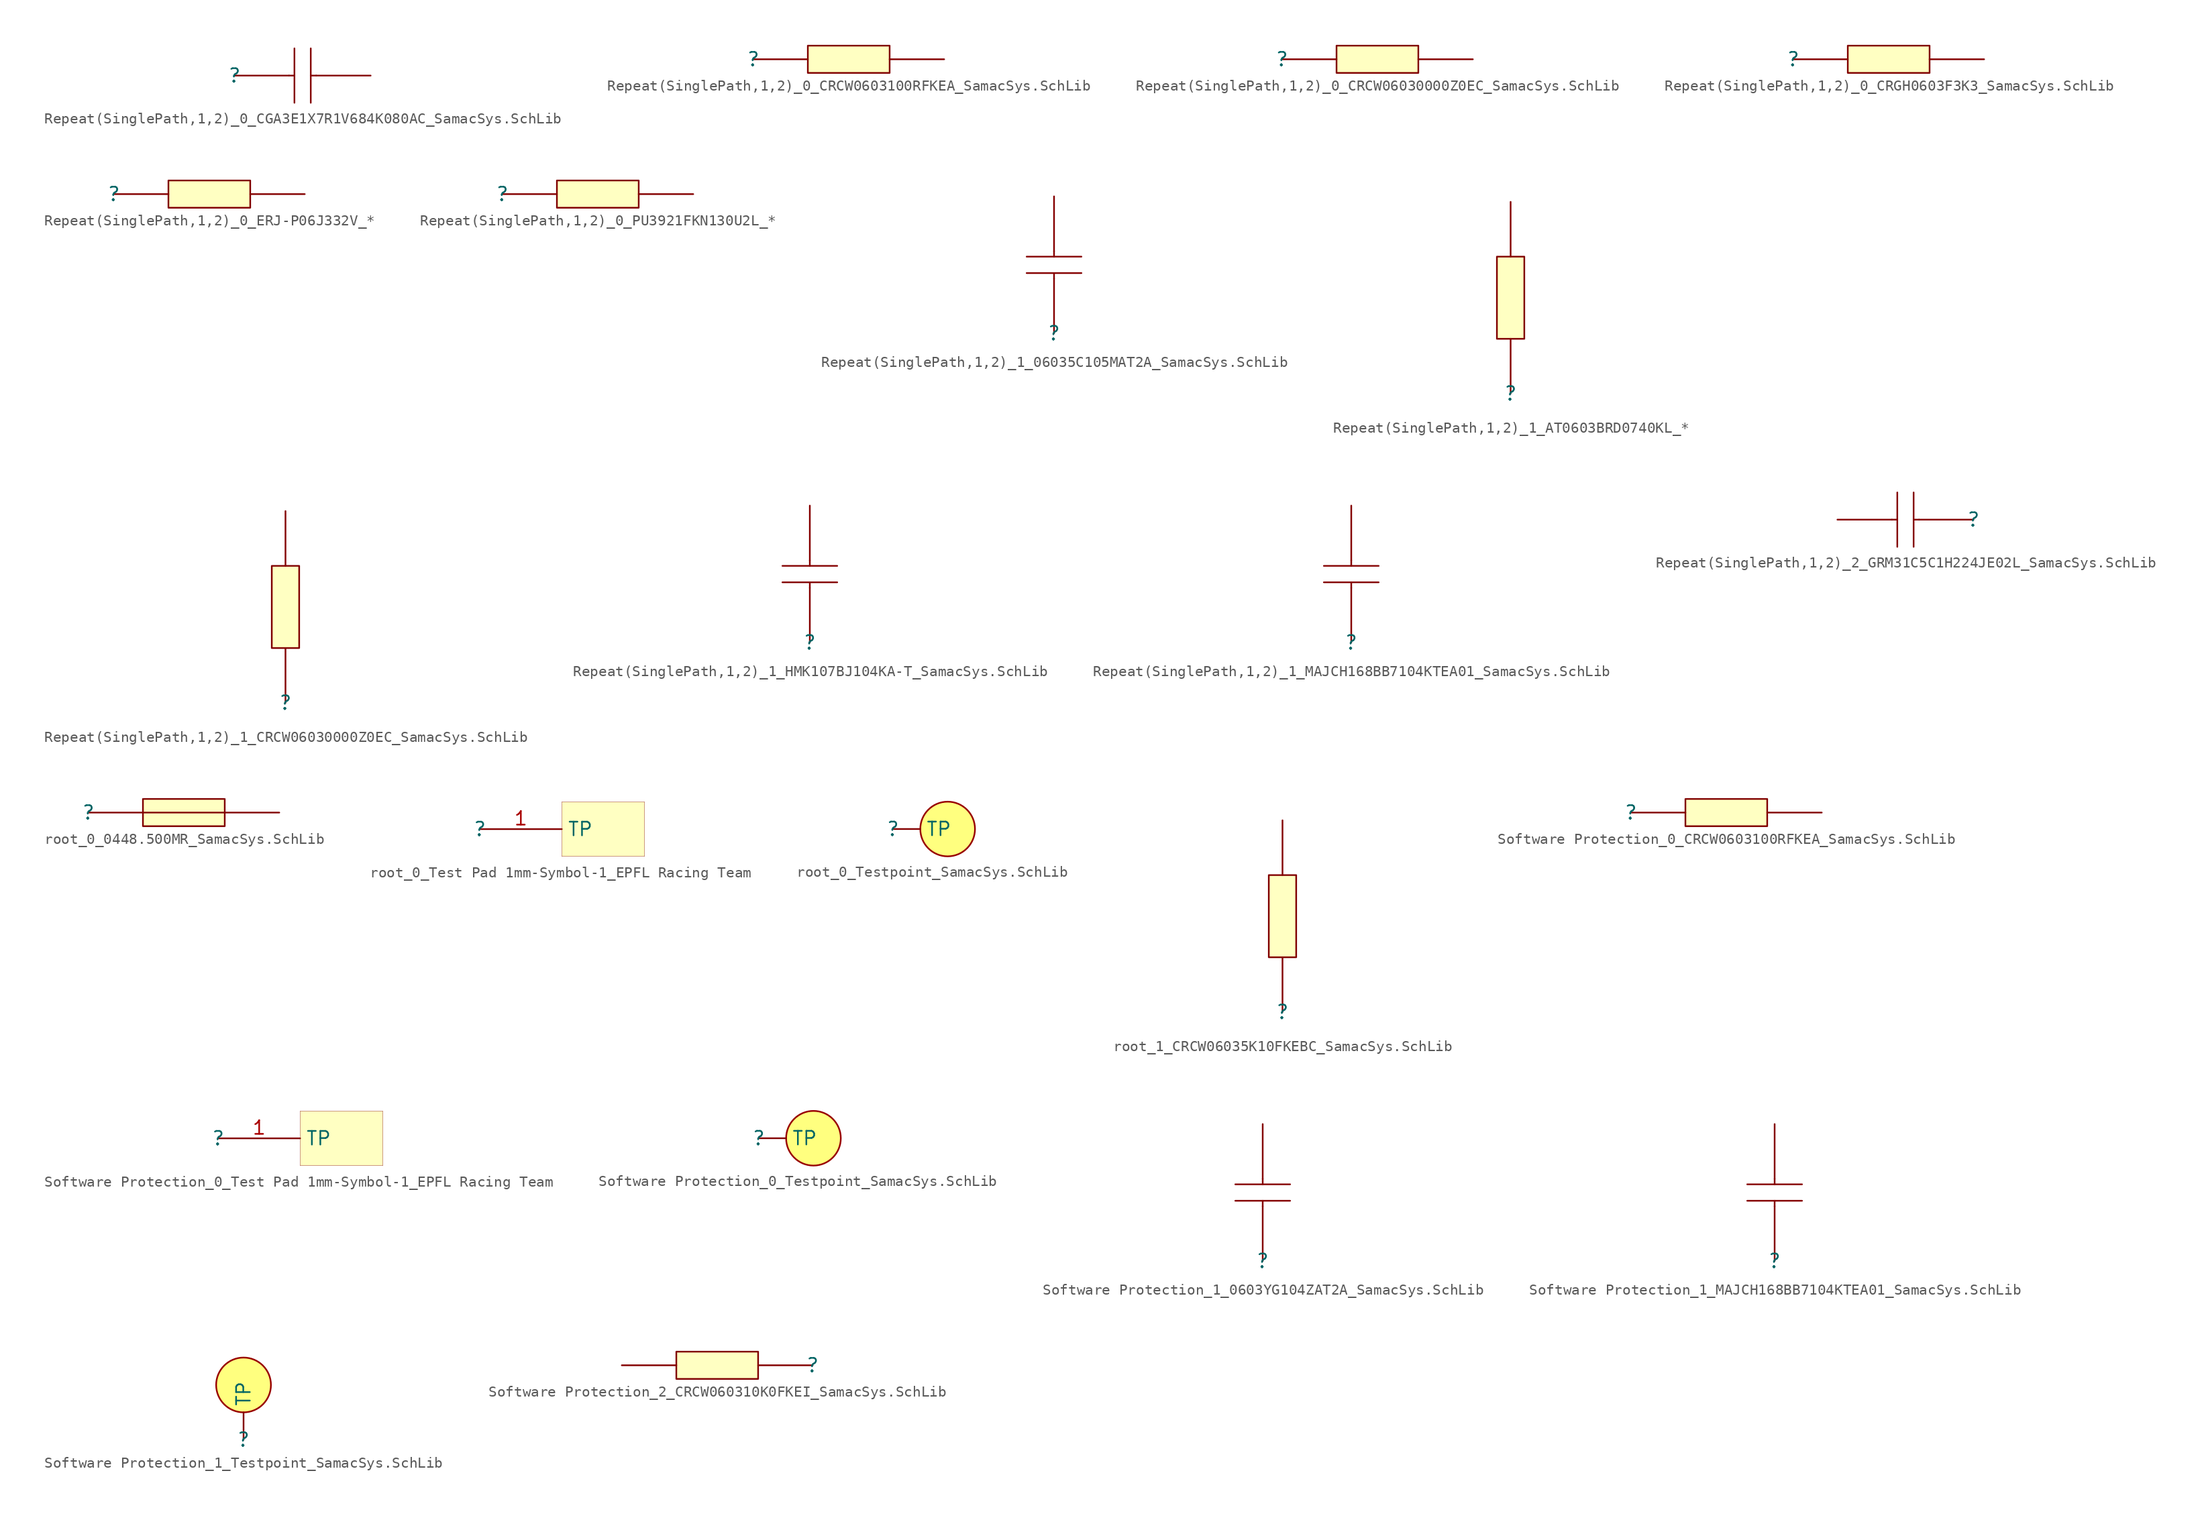
<source format=kicad_sym>
(kicad_symbol_lib
  (version 20241209)
  (generator "kicad_symbol_editor")
  (generator_version "9.0")
  (symbol "Repeat(SinglePath,1,2)_0_CGA3E1X7R1V684K080AC_SamacSys.SchLib"
    (pin_numbers
      (hide yes))
    (pin_names
      (hide yes))
    (property "Reference" ""
      (at 0 0 0)
      (effects (font (size 1.27 1.27))))
    (property "Value" ""
      (at 0 0 0)
      (effects (font (size 1.27 1.27))))
    (symbol "Repeat(SinglePath,1,2)_0_CGA3E1X7R1V684K080AC_SamacSys.SchLib_1_0"
      (polyline (pts (xy 5.08 0) (xy 5.588 0)) (stroke (width 0) (type solid)) (fill (type none)))
      (polyline (pts (xy 5.588 2.54) (xy 5.588 -2.54)) (stroke (width 0) (type solid)) (fill (type none)))
      (polyline (pts (xy 7.112 2.54) (xy 7.112 -2.54)) (stroke (width 0) (type solid)) (fill (type none)))
      (polyline (pts (xy 7.112 0) (xy 7.62 0)) (stroke (width 0) (type solid)) (fill (type none)))
      (pin passive line (at 0 0 0) (length 5.08) (name "1" (effects (font (size 1.27 1.27)))) (number "1" (effects (font (size 1.27 1.27)))))
      (pin passive line (at 12.7 0 180) (length 5.08) (name "2" (effects (font (size 1.27 1.27)))) (number "2" (effects (font (size 1.27 1.27)))))))
  (symbol "Repeat(SinglePath,1,2)_0_CRCW0603100RFKEA_SamacSys.SchLib"
    (pin_numbers
      (hide yes))
    (pin_names
      (hide yes))
    (property "Reference" ""
      (at 0 0 0)
      (effects (font (size 1.27 1.27))))
    (property "Value" ""
      (at 0 0 0)
      (effects (font (size 1.27 1.27))))
    (symbol "Repeat(SinglePath,1,2)_0_CRCW0603100RFKEA_SamacSys.SchLib_1_0"
      (rectangle (start 12.7 1.27) (end 5.08 -1.27) (stroke (width 0) (type solid) (color 128 0 0 1)) (fill (type background)))
      (pin passive line (at 0 0 0) (length 5.08) (name "1" (effects (font (size 1.27 1.27)))) (number "1" (effects (font (size 1.27 1.27)))))
      (pin passive line (at 17.78 0 180) (length 5.08) (name "2" (effects (font (size 1.27 1.27)))) (number "2" (effects (font (size 1.27 1.27)))))))
  (symbol "Repeat(SinglePath,1,2)_0_CRCW06030000Z0EC_SamacSys.SchLib"
    (pin_numbers
      (hide yes))
    (pin_names
      (hide yes))
    (property "Reference" ""
      (at 0 0 0)
      (effects (font (size 1.27 1.27))))
    (property "Value" ""
      (at 0 0 0)
      (effects (font (size 1.27 1.27))))
    (symbol "Repeat(SinglePath,1,2)_0_CRCW06030000Z0EC_SamacSys.SchLib_1_0"
      (rectangle (start 12.7 1.27) (end 5.08 -1.27) (stroke (width 0) (type solid) (color 128 0 0 1)) (fill (type background)))
      (pin passive line (at 0 0 0) (length 5.08) (name "1" (effects (font (size 1.27 1.27)))) (number "1" (effects (font (size 1.27 1.27)))))
      (pin passive line (at 17.78 0 180) (length 5.08) (name "2" (effects (font (size 1.27 1.27)))) (number "2" (effects (font (size 1.27 1.27)))))))
  (symbol "Repeat(SinglePath,1,2)_0_CRGH0603F3K3_SamacSys.SchLib"
    (pin_numbers
      (hide yes))
    (pin_names
      (hide yes))
    (property "Reference" ""
      (at 0 0 0)
      (effects (font (size 1.27 1.27))))
    (property "Value" ""
      (at 0 0 0)
      (effects (font (size 1.27 1.27))))
    (symbol "Repeat(SinglePath,1,2)_0_CRGH0603F3K3_SamacSys.SchLib_1_0"
      (rectangle (start 12.7 1.27) (end 5.08 -1.27) (stroke (width 0) (type solid) (color 128 0 0 1)) (fill (type background)))
      (pin passive line (at 0 0 0) (length 5.08) (name "1" (effects (font (size 1.27 1.27)))) (number "1" (effects (font (size 1.27 1.27)))))
      (pin passive line (at 17.78 0 180) (length 5.08) (name "2" (effects (font (size 1.27 1.27)))) (number "2" (effects (font (size 1.27 1.27)))))))
  (symbol "Repeat(SinglePath,1,2)_0_ERJ-P06J332V_*"
    (pin_numbers
      (hide yes))
    (pin_names
      (hide yes))
    (property "Reference" ""
      (at 0 0 0)
      (effects (font (size 1.27 1.27))))
    (property "Value" ""
      (at 0 0 0)
      (effects (font (size 1.27 1.27))))
    (symbol "Repeat(SinglePath,1,2)_0_ERJ-P06J332V_*_1_0"
      (rectangle (start 12.7 1.27) (end 5.08 -1.27) (stroke (width 0) (type solid) (color 128 0 0 1)) (fill (type background)))
      (pin passive line (at 0 0 0) (length 5.08) (name "1" (effects (font (size 1.27 1.27)))) (number "1" (effects (font (size 1.27 1.27)))))
      (pin passive line (at 17.78 0 180) (length 5.08) (name "2" (effects (font (size 1.27 1.27)))) (number "2" (effects (font (size 1.27 1.27)))))))
  (symbol "Repeat(SinglePath,1,2)_0_PU3921FKN130U2L_*"
    (pin_numbers
      (hide yes))
    (pin_names
      (hide yes))
    (property "Reference" ""
      (at 0 0 0)
      (effects (font (size 1.27 1.27))))
    (property "Value" ""
      (at 0 0 0)
      (effects (font (size 1.27 1.27))))
    (symbol "Repeat(SinglePath,1,2)_0_PU3921FKN130U2L_*_1_0"
      (rectangle (start 12.7 1.27) (end 5.08 -1.27) (stroke (width 0) (type solid) (color 128 0 0 1)) (fill (type background)))
      (pin passive line (at 0 0 0) (length 5.08) (name "1" (effects (font (size 1.27 1.27)))) (number "1" (effects (font (size 1.27 1.27)))))
      (pin passive line (at 17.78 0 180) (length 5.08) (name "2" (effects (font (size 1.27 1.27)))) (number "2" (effects (font (size 1.27 1.27)))))))
  (symbol "Repeat(SinglePath,1,2)_1_06035C105MAT2A_SamacSys.SchLib"
    (pin_numbers
      (hide yes))
    (pin_names
      (hide yes))
    (property "Reference" ""
      (at 0 0 0)
      (effects (font (size 1.27 1.27))))
    (property "Value" ""
      (at 0 0 0)
      (effects (font (size 1.27 1.27))))
    (symbol "Repeat(SinglePath,1,2)_1_06035C105MAT2A_SamacSys.SchLib_1_0"
      (polyline (pts (xy -2.54 7.112) (xy 2.54 7.112)) (stroke (width 0) (type solid)) (fill (type none)))
      (polyline (pts (xy -2.54 5.588) (xy 2.54 5.588)) (stroke (width 0) (type solid)) (fill (type none)))
      (polyline (pts (xy 0 7.112) (xy 0 7.62)) (stroke (width 0) (type solid)) (fill (type none)))
      (polyline (pts (xy 0 5.08) (xy 0 5.588)) (stroke (width 0) (type solid)) (fill (type none)))
      (pin passive line (at 0 12.7 270) (length 5.08) (name "2" (effects (font (size 1.27 1.27)))) (number "2" (effects (font (size 1.27 1.27)))))
      (pin passive line (at 0 0 90) (length 5.08) (name "1" (effects (font (size 1.27 1.27)))) (number "1" (effects (font (size 1.27 1.27)))))))
  (symbol "Repeat(SinglePath,1,2)_1_AT0603BRD0740KL_*"
    (pin_numbers
      (hide yes))
    (pin_names
      (hide yes))
    (property "Reference" ""
      (at 0 0 0)
      (effects (font (size 1.27 1.27))))
    (property "Value" ""
      (at 0 0 0)
      (effects (font (size 1.27 1.27))))
    (symbol "Repeat(SinglePath,1,2)_1_AT0603BRD0740KL_*_1_0"
      (rectangle (start 1.27 12.7) (end -1.27 5.08) (stroke (width 0) (type solid) (color 128 0 0 1)) (fill (type background)))
      (pin passive line (at 0 17.78 270) (length 5.08) (name "2" (effects (font (size 1.27 1.27)))) (number "2" (effects (font (size 1.27 1.27)))))
      (pin passive line (at 0 0 90) (length 5.08) (name "1" (effects (font (size 1.27 1.27)))) (number "1" (effects (font (size 1.27 1.27)))))))
  (symbol "Repeat(SinglePath,1,2)_1_CRCW06030000Z0EC_SamacSys.SchLib"
    (pin_numbers
      (hide yes))
    (pin_names
      (hide yes))
    (property "Reference" ""
      (at 0 0 0)
      (effects (font (size 1.27 1.27))))
    (property "Value" ""
      (at 0 0 0)
      (effects (font (size 1.27 1.27))))
    (symbol "Repeat(SinglePath,1,2)_1_CRCW06030000Z0EC_SamacSys.SchLib_1_0"
      (rectangle (start 1.27 12.7) (end -1.27 5.08) (stroke (width 0) (type solid) (color 128 0 0 1)) (fill (type background)))
      (pin passive line (at 0 17.78 270) (length 5.08) (name "2" (effects (font (size 1.27 1.27)))) (number "2" (effects (font (size 1.27 1.27)))))
      (pin passive line (at 0 0 90) (length 5.08) (name "1" (effects (font (size 1.27 1.27)))) (number "1" (effects (font (size 1.27 1.27)))))))
  (symbol "Repeat(SinglePath,1,2)_1_HMK107BJ104KA-T_SamacSys.SchLib"
    (pin_numbers
      (hide yes))
    (pin_names
      (hide yes))
    (property "Reference" ""
      (at 0 0 0)
      (effects (font (size 1.27 1.27))))
    (property "Value" ""
      (at 0 0 0)
      (effects (font (size 1.27 1.27))))
    (symbol "Repeat(SinglePath,1,2)_1_HMK107BJ104KA-T_SamacSys.SchLib_1_0"
      (polyline (pts (xy -2.54 7.112) (xy 2.54 7.112)) (stroke (width 0) (type solid)) (fill (type none)))
      (polyline (pts (xy -2.54 5.588) (xy 2.54 5.588)) (stroke (width 0) (type solid)) (fill (type none)))
      (polyline (pts (xy 0 7.112) (xy 0 7.62)) (stroke (width 0) (type solid)) (fill (type none)))
      (polyline (pts (xy 0 5.08) (xy 0 5.588)) (stroke (width 0) (type solid)) (fill (type none)))
      (pin passive line (at 0 12.7 270) (length 5.08) (name "2" (effects (font (size 1.27 1.27)))) (number "2" (effects (font (size 1.27 1.27)))))
      (pin passive line (at 0 0 90) (length 5.08) (name "1" (effects (font (size 1.27 1.27)))) (number "1" (effects (font (size 1.27 1.27)))))))
  (symbol "Repeat(SinglePath,1,2)_1_MAJCH168BB7104KTEA01_SamacSys.SchLib"
    (pin_numbers
      (hide yes))
    (pin_names
      (hide yes))
    (property "Reference" ""
      (at 0 0 0)
      (effects (font (size 1.27 1.27))))
    (property "Value" ""
      (at 0 0 0)
      (effects (font (size 1.27 1.27))))
    (symbol "Repeat(SinglePath,1,2)_1_MAJCH168BB7104KTEA01_SamacSys.SchLib_1_0"
      (polyline (pts (xy -2.54 7.112) (xy 2.54 7.112)) (stroke (width 0) (type solid)) (fill (type none)))
      (polyline (pts (xy -2.54 5.588) (xy 2.54 5.588)) (stroke (width 0) (type solid)) (fill (type none)))
      (polyline (pts (xy 0 7.112) (xy 0 7.62)) (stroke (width 0) (type solid)) (fill (type none)))
      (polyline (pts (xy 0 5.08) (xy 0 5.588)) (stroke (width 0) (type solid)) (fill (type none)))
      (pin passive line (at 0 12.7 270) (length 5.08) (name "2" (effects (font (size 1.27 1.27)))) (number "2" (effects (font (size 1.27 1.27)))))
      (pin passive line (at 0 0 90) (length 5.08) (name "1" (effects (font (size 1.27 1.27)))) (number "1" (effects (font (size 1.27 1.27)))))))
  (symbol "Repeat(SinglePath,1,2)_2_GRM31C5C1H224JE02L_SamacSys.SchLib"
    (pin_numbers
      (hide yes))
    (pin_names
      (hide yes))
    (property "Reference" ""
      (at 0 0 0)
      (effects (font (size 1.27 1.27))))
    (property "Value" ""
      (at 0 0 0)
      (effects (font (size 1.27 1.27))))
    (symbol "Repeat(SinglePath,1,2)_2_GRM31C5C1H224JE02L_SamacSys.SchLib_1_0"
      (polyline (pts (xy -7.112 0) (xy -7.62 0)) (stroke (width 0) (type solid)) (fill (type none)))
      (polyline (pts (xy -7.112 -2.54) (xy -7.112 2.54)) (stroke (width 0) (type solid)) (fill (type none)))
      (polyline (pts (xy -5.588 -2.54) (xy -5.588 2.54)) (stroke (width 0) (type solid)) (fill (type none)))
      (polyline (pts (xy -5.08 0) (xy -5.588 0)) (stroke (width 0) (type solid)) (fill (type none)))
      (pin passive line (at -12.7 0 0) (length 5.08) (name "2" (effects (font (size 1.27 1.27)))) (number "2" (effects (font (size 1.27 1.27)))))
      (pin passive line (at 0 0 180) (length 5.08) (name "1" (effects (font (size 1.27 1.27)))) (number "1" (effects (font (size 1.27 1.27)))))))
  (symbol "root_0_0448.500MR_SamacSys.SchLib"
    (pin_numbers
      (hide yes))
    (pin_names
      (hide yes))
    (property "Reference" ""
      (at 0 0 0)
      (effects (font (size 1.27 1.27))))
    (property "Value" ""
      (at 0 0 0)
      (effects (font (size 1.27 1.27))))
    (symbol "root_0_0448.500MR_SamacSys.SchLib_1_0"
      (polyline (pts (xy 5.08 0) (xy 12.7 0)) (stroke (width 0) (type solid)) (fill (type none)))
      (rectangle (start 12.7 1.27) (end 5.08 -1.27) (stroke (width 0) (type solid) (color 128 0 0 1)) (fill (type background)))
      (pin passive line (at 0 0 0) (length 5.08) (name "1" (effects (font (size 1.27 1.27)))) (number "1" (effects (font (size 1.27 1.27)))))
      (pin passive line (at 17.78 0 180) (length 5.08) (name "2" (effects (font (size 1.27 1.27)))) (number "2" (effects (font (size 1.27 1.27)))))))
  (symbol "root_0_Test Pad 1mm-Symbol-1_EPFL Racing Team"
    (property "Reference" ""
      (at 0 0 0)
      (effects (font (size 1.27 1.27))))
    (property "Value" ""
      (at 0 0 0)
      (effects (font (size 1.27 1.27))))
    (symbol "root_0_Test Pad 1mm-Symbol-1_EPFL Racing Team_1_0"
      (rectangle (start 15.316 2.54) (end 7.62 -2.54) (stroke (width 0.025) (type solid) (color 128 0 0 1)) (fill (type background)))
      (pin passive line (at 0 0 0) (length 7.62) (name "TP" (effects (font (size 1.27 1.27)))) (number "1" (effects (font (size 1.27 1.27)))))))
  (symbol "root_0_Testpoint_SamacSys.SchLib"
    (pin_numbers
      (hide yes))
    (property "Reference" ""
      (at 0 0 0)
      (effects (font (size 1.27 1.27))))
    (property "Value" ""
      (at 0 0 0)
      (effects (font (size 1.27 1.27))))
    (symbol "root_0_Testpoint_SamacSys.SchLib_1_0"
      (circle (center 5.08 0) (radius 2.54) (stroke (width 0) (type solid) (color 152 0 0 1)) (fill (type color) (color 255 255 0 0.5)))
      (pin passive line (at 0 0 0) (length 2.54) (name "TP" (effects (font (size 1.27 1.27)))) (number "1" (effects (font (size 1.27 1.27)))))))
  (symbol "root_1_CRCW06035K10FKEBC_SamacSys.SchLib"
    (pin_numbers
      (hide yes))
    (pin_names
      (hide yes))
    (property "Reference" ""
      (at 0 0 0)
      (effects (font (size 1.27 1.27))))
    (property "Value" ""
      (at 0 0 0)
      (effects (font (size 1.27 1.27))))
    (symbol "root_1_CRCW06035K10FKEBC_SamacSys.SchLib_1_0"
      (rectangle (start 1.27 12.7) (end -1.27 5.08) (stroke (width 0) (type solid) (color 128 0 0 1)) (fill (type background)))
      (pin passive line (at 0 17.78 270) (length 5.08) (name "2" (effects (font (size 1.27 1.27)))) (number "2" (effects (font (size 1.27 1.27)))))
      (pin passive line (at 0 0 90) (length 5.08) (name "1" (effects (font (size 1.27 1.27)))) (number "1" (effects (font (size 1.27 1.27)))))))
  (symbol "Software Protection_0_CRCW0603100RFKEA_SamacSys.SchLib"
    (pin_numbers
      (hide yes))
    (pin_names
      (hide yes))
    (property "Reference" ""
      (at 0 0 0)
      (effects (font (size 1.27 1.27))))
    (property "Value" ""
      (at 0 0 0)
      (effects (font (size 1.27 1.27))))
    (symbol "Software Protection_0_CRCW0603100RFKEA_SamacSys.SchLib_1_0"
      (rectangle (start 12.7 1.27) (end 5.08 -1.27) (stroke (width 0) (type solid) (color 128 0 0 1)) (fill (type background)))
      (pin passive line (at 0 0 0) (length 5.08) (name "1" (effects (font (size 1.27 1.27)))) (number "1" (effects (font (size 1.27 1.27)))))
      (pin passive line (at 17.78 0 180) (length 5.08) (name "2" (effects (font (size 1.27 1.27)))) (number "2" (effects (font (size 1.27 1.27)))))))
  (symbol "Software Protection_0_Test Pad 1mm-Symbol-1_EPFL Racing Team"
    (property "Reference" ""
      (at 0 0 0)
      (effects (font (size 1.27 1.27))))
    (property "Value" ""
      (at 0 0 0)
      (effects (font (size 1.27 1.27))))
    (symbol "Software Protection_0_Test Pad 1mm-Symbol-1_EPFL Racing Team_1_0"
      (rectangle (start 15.316 2.54) (end 7.62 -2.54) (stroke (width 0.025) (type solid) (color 128 0 0 1)) (fill (type background)))
      (pin passive line (at 0 0 0) (length 7.62) (name "TP" (effects (font (size 1.27 1.27)))) (number "1" (effects (font (size 1.27 1.27)))))))
  (symbol "Software Protection_0_Testpoint_SamacSys.SchLib"
    (pin_numbers
      (hide yes))
    (property "Reference" ""
      (at 0 0 0)
      (effects (font (size 1.27 1.27))))
    (property "Value" ""
      (at 0 0 0)
      (effects (font (size 1.27 1.27))))
    (symbol "Software Protection_0_Testpoint_SamacSys.SchLib_1_0"
      (circle (center 5.08 0) (radius 2.54) (stroke (width 0) (type solid) (color 152 0 0 1)) (fill (type color) (color 255 255 0 0.5)))
      (pin passive line (at 0 0 0) (length 2.54) (name "TP" (effects (font (size 1.27 1.27)))) (number "1" (effects (font (size 1.27 1.27)))))))
  (symbol "Software Protection_1_0603YG104ZAT2A_SamacSys.SchLib"
    (pin_numbers
      (hide yes))
    (pin_names
      (hide yes))
    (property "Reference" ""
      (at 0 0 0)
      (effects (font (size 1.27 1.27))))
    (property "Value" ""
      (at 0 0 0)
      (effects (font (size 1.27 1.27))))
    (symbol "Software Protection_1_0603YG104ZAT2A_SamacSys.SchLib_1_0"
      (polyline (pts (xy -2.54 7.112) (xy 2.54 7.112)) (stroke (width 0) (type solid)) (fill (type none)))
      (polyline (pts (xy -2.54 5.588) (xy 2.54 5.588)) (stroke (width 0) (type solid)) (fill (type none)))
      (polyline (pts (xy 0 7.112) (xy 0 7.62)) (stroke (width 0) (type solid)) (fill (type none)))
      (polyline (pts (xy 0 5.08) (xy 0 5.588)) (stroke (width 0) (type solid)) (fill (type none)))
      (pin passive line (at 0 12.7 270) (length 5.08) (name "2" (effects (font (size 1.27 1.27)))) (number "2" (effects (font (size 1.27 1.27)))))
      (pin passive line (at 0 0 90) (length 5.08) (name "1" (effects (font (size 1.27 1.27)))) (number "1" (effects (font (size 1.27 1.27)))))))
  (symbol "Software Protection_1_MAJCH168BB7104KTEA01_SamacSys.SchLib"
    (pin_numbers
      (hide yes))
    (pin_names
      (hide yes))
    (property "Reference" ""
      (at 0 0 0)
      (effects (font (size 1.27 1.27))))
    (property "Value" ""
      (at 0 0 0)
      (effects (font (size 1.27 1.27))))
    (symbol "Software Protection_1_MAJCH168BB7104KTEA01_SamacSys.SchLib_1_0"
      (polyline (pts (xy -2.54 7.112) (xy 2.54 7.112)) (stroke (width 0) (type solid)) (fill (type none)))
      (polyline (pts (xy -2.54 5.588) (xy 2.54 5.588)) (stroke (width 0) (type solid)) (fill (type none)))
      (polyline (pts (xy 0 7.112) (xy 0 7.62)) (stroke (width 0) (type solid)) (fill (type none)))
      (polyline (pts (xy 0 5.08) (xy 0 5.588)) (stroke (width 0) (type solid)) (fill (type none)))
      (pin passive line (at 0 12.7 270) (length 5.08) (name "2" (effects (font (size 1.27 1.27)))) (number "2" (effects (font (size 1.27 1.27)))))
      (pin passive line (at 0 0 90) (length 5.08) (name "1" (effects (font (size 1.27 1.27)))) (number "1" (effects (font (size 1.27 1.27)))))))
  (symbol "Software Protection_1_Testpoint_SamacSys.SchLib"
    (pin_numbers
      (hide yes))
    (property "Reference" ""
      (at 0 0 0)
      (effects (font (size 1.27 1.27))))
    (property "Value" ""
      (at 0 0 0)
      (effects (font (size 1.27 1.27))))
    (symbol "Software Protection_1_Testpoint_SamacSys.SchLib_1_0"
      (circle (center 0 5.08) (radius 2.54) (stroke (width 0) (type solid) (color 152 0 0 1)) (fill (type color) (color 255 255 0 0.5)))
      (pin passive line (at 0 0 90) (length 2.54) (name "TP" (effects (font (size 1.27 1.27)))) (number "1" (effects (font (size 1.27 1.27)))))))
  (symbol "Software Protection_2_CRCW060310K0FKEI_SamacSys.SchLib"
    (pin_numbers
      (hide yes))
    (pin_names
      (hide yes))
    (property "Reference" ""
      (at 0 0 0)
      (effects (font (size 1.27 1.27))))
    (property "Value" ""
      (at 0 0 0)
      (effects (font (size 1.27 1.27))))
    (symbol "Software Protection_2_CRCW060310K0FKEI_SamacSys.SchLib_1_0"
      (rectangle (start -5.08 1.27) (end -12.7 -1.27) (stroke (width 0) (type solid) (color 128 0 0 1)) (fill (type background)))
      (pin passive line (at -17.78 0 0) (length 5.08) (name "2" (effects (font (size 1.27 1.27)))) (number "2" (effects (font (size 1.27 1.27)))))
      (pin passive line (at 0 0 180) (length 5.08) (name "1" (effects (font (size 1.27 1.27)))) (number "1" (effects (font (size 1.27 1.27))))))))
</source>
